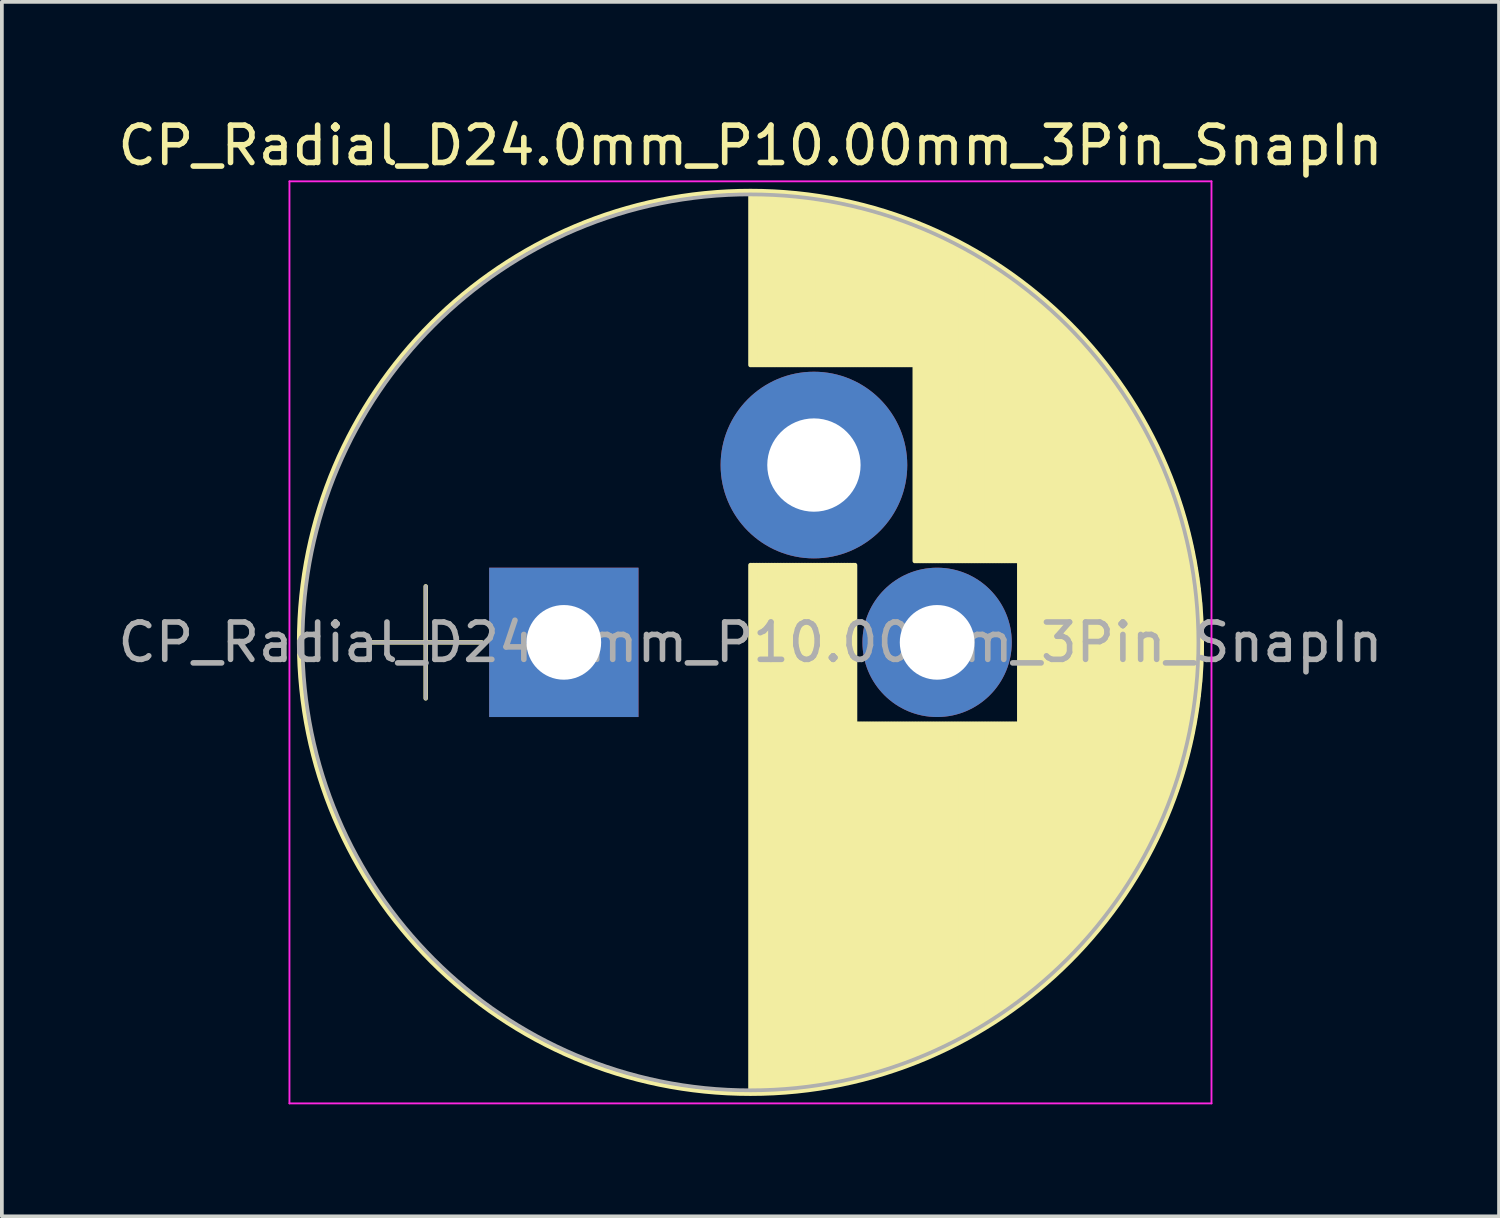
<source format=kicad_pcb>
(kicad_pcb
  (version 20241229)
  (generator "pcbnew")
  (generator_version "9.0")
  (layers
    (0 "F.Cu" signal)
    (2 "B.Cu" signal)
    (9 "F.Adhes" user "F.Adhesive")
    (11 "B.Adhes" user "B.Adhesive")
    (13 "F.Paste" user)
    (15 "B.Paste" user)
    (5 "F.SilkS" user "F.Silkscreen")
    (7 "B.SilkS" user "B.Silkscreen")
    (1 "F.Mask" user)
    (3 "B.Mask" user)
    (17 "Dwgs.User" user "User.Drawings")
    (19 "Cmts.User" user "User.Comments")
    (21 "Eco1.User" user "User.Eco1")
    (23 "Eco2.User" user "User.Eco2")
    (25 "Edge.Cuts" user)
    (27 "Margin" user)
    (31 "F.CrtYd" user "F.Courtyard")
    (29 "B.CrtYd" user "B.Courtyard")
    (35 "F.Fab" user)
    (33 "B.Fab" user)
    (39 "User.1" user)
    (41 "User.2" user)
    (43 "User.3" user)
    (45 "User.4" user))
  (footprint "CP_Radial_D24.0mm_P10.00mm_3Pin_SnapIn"
    (layer "F.Cu")
    (at 12.054 14.158)
    (property "Reference" "CP_Radial_D24.0mm_P10.00mm_3Pin_SnapIn" (at 5 -13.31 0) (layer "F.SilkS") (effects (font (size 1 1) (thickness 0.15))))
    (attr through_hole)
    (fp_line (start -5.2 0) (end -2.2 0) (stroke (width 0.12) (type solid)) (layer "F.SilkS"))
    (fp_line (start -3.7 -1.5) (end -3.7 1.5) (stroke (width 0.12) (type solid)) (layer "F.SilkS"))
    (fp_line (start 5 -12.05) (end 5 -7.43) (stroke (width 0.12) (type solid)) (layer "F.SilkS"))
    (fp_line (start 5 -2.07) (end 5 12.05) (stroke (width 0.12) (type solid)) (layer "F.SilkS"))
    (fp_line (start 5.04 -12.05) (end 5.04 -7.43) (stroke (width 0.12) (type solid)) (layer "F.SilkS"))
    (fp_line (start 5.04 -2.07) (end 5.04 12.05) (stroke (width 0.12) (type solid)) (layer "F.SilkS"))
    (fp_line (start 5.08 -12.05) (end 5.08 -7.43) (stroke (width 0.12) (type solid)) (layer "F.SilkS"))
    (fp_line (start 5.08 -2.07) (end 5.08 12.05) (stroke (width 0.12) (type solid)) (layer "F.SilkS"))
    (fp_line (start 5.12 -12.05) (end 5.12 -7.43) (stroke (width 0.12) (type solid)) (layer "F.SilkS"))
    (fp_line (start 5.12 -2.07) (end 5.12 12.05) (stroke (width 0.12) (type solid)) (layer "F.SilkS"))
    (fp_line (start 5.16 -12.049) (end 5.16 -7.43) (stroke (width 0.12) (type solid)) (layer "F.SilkS"))
    (fp_line (start 5.16 -2.07) (end 5.16 12.049) (stroke (width 0.12) (type solid)) (layer "F.SilkS"))
    (fp_line (start 5.2 -12.049) (end 5.2 -7.43) (stroke (width 0.12) (type solid)) (layer "F.SilkS"))
    (fp_line (start 5.2 -2.07) (end 5.2 12.049) (stroke (width 0.12) (type solid)) (layer "F.SilkS"))
    (fp_line (start 5.24 -12.048) (end 5.24 -7.43) (stroke (width 0.12) (type solid)) (layer "F.SilkS"))
    (fp_line (start 5.24 -2.07) (end 5.24 12.048) (stroke (width 0.12) (type solid)) (layer "F.SilkS"))
    (fp_line (start 5.28 -12.047) (end 5.28 -7.43) (stroke (width 0.12) (type solid)) (layer "F.SilkS"))
    (fp_line (start 5.28 -2.07) (end 5.28 12.047) (stroke (width 0.12) (type solid)) (layer "F.SilkS"))
    (fp_line (start 5.32 -12.046) (end 5.32 -7.43) (stroke (width 0.12) (type solid)) (layer "F.SilkS"))
    (fp_line (start 5.32 -2.07) (end 5.32 12.046) (stroke (width 0.12) (type solid)) (layer "F.SilkS"))
    (fp_line (start 5.36 -12.045) (end 5.36 -7.43) (stroke (width 0.12) (type solid)) (layer "F.SilkS"))
    (fp_line (start 5.36 -2.07) (end 5.36 12.045) (stroke (width 0.12) (type solid)) (layer "F.SilkS"))
    (fp_line (start 5.4 -12.044) (end 5.4 -7.43) (stroke (width 0.12) (type solid)) (layer "F.SilkS"))
    (fp_line (start 5.4 -2.07) (end 5.4 12.044) (stroke (width 0.12) (type solid)) (layer "F.SilkS"))
    (fp_line (start 5.44 -12.042) (end 5.44 -7.43) (stroke (width 0.12) (type solid)) (layer "F.SilkS"))
    (fp_line (start 5.44 -2.07) (end 5.44 12.042) (stroke (width 0.12) (type solid)) (layer "F.SilkS"))
    (fp_line (start 5.48 -12.041) (end 5.48 -7.43) (stroke (width 0.12) (type solid)) (layer "F.SilkS"))
    (fp_line (start 5.48 -2.07) (end 5.48 12.041) (stroke (width 0.12) (type solid)) (layer "F.SilkS"))
    (fp_line (start 5.52 -12.039) (end 5.52 -7.43) (stroke (width 0.12) (type solid)) (layer "F.SilkS"))
    (fp_line (start 5.52 -2.07) (end 5.52 12.039) (stroke (width 0.12) (type solid)) (layer "F.SilkS"))
    (fp_line (start 5.56 -12.038) (end 5.56 -7.43) (stroke (width 0.12) (type solid)) (layer "F.SilkS"))
    (fp_line (start 5.56 -2.07) (end 5.56 12.038) (stroke (width 0.12) (type solid)) (layer "F.SilkS"))
    (fp_line (start 5.6 -12.036) (end 5.6 -7.43) (stroke (width 0.12) (type solid)) (layer "F.SilkS"))
    (fp_line (start 5.6 -2.07) (end 5.6 12.036) (stroke (width 0.12) (type solid)) (layer "F.SilkS"))
    (fp_line (start 5.64 -12.034) (end 5.64 -7.43) (stroke (width 0.12) (type solid)) (layer "F.SilkS"))
    (fp_line (start 5.64 -2.07) (end 5.64 12.034) (stroke (width 0.12) (type solid)) (layer "F.SilkS"))
    (fp_line (start 5.68 -12.031) (end 5.68 -7.43) (stroke (width 0.12) (type solid)) (layer "F.SilkS"))
    (fp_line (start 5.68 -2.07) (end 5.68 12.031) (stroke (width 0.12) (type solid)) (layer "F.SilkS"))
    (fp_line (start 5.721 -12.029) (end 5.721 -7.43) (stroke (width 0.12) (type solid)) (layer "F.SilkS"))
    (fp_line (start 5.721 -2.07) (end 5.721 12.029) (stroke (width 0.12) (type solid)) (layer "F.SilkS"))
    (fp_line (start 5.761 -12.027) (end 5.761 -7.43) (stroke (width 0.12) (type solid)) (layer "F.SilkS"))
    (fp_line (start 5.761 -2.07) (end 5.761 12.027) (stroke (width 0.12) (type solid)) (layer "F.SilkS"))
    (fp_line (start 5.801 -12.024) (end 5.801 -7.43) (stroke (width 0.12) (type solid)) (layer "F.SilkS"))
    (fp_line (start 5.801 -2.07) (end 5.801 12.024) (stroke (width 0.12) (type solid)) (layer "F.SilkS"))
    (fp_line (start 5.841 -12.021) (end 5.841 -7.43) (stroke (width 0.12) (type solid)) (layer "F.SilkS"))
    (fp_line (start 5.841 -2.07) (end 5.841 12.021) (stroke (width 0.12) (type solid)) (layer "F.SilkS"))
    (fp_line (start 5.881 -12.018) (end 5.881 -7.43) (stroke (width 0.12) (type solid)) (layer "F.SilkS"))
    (fp_line (start 5.881 -2.07) (end 5.881 12.018) (stroke (width 0.12) (type solid)) (layer "F.SilkS"))
    (fp_line (start 5.921 -12.015) (end 5.921 -7.43) (stroke (width 0.12) (type solid)) (layer "F.SilkS"))
    (fp_line (start 5.921 -2.07) (end 5.921 12.015) (stroke (width 0.12) (type solid)) (layer "F.SilkS"))
    (fp_line (start 5.961 -12.012) (end 5.961 -7.43) (stroke (width 0.12) (type solid)) (layer "F.SilkS"))
    (fp_line (start 5.961 -2.07) (end 5.961 12.012) (stroke (width 0.12) (type solid)) (layer "F.SilkS"))
    (fp_line (start 6.001 -12.009) (end 6.001 -7.43) (stroke (width 0.12) (type solid)) (layer "F.SilkS"))
    (fp_line (start 6.001 -2.07) (end 6.001 12.009) (stroke (width 0.12) (type solid)) (layer "F.SilkS"))
    (fp_line (start 6.041 -12.006) (end 6.041 -7.43) (stroke (width 0.12) (type solid)) (layer "F.SilkS"))
    (fp_line (start 6.041 -2.07) (end 6.041 12.006) (stroke (width 0.12) (type solid)) (layer "F.SilkS"))
    (fp_line (start 6.081 -12.002) (end 6.081 -7.43) (stroke (width 0.12) (type solid)) (layer "F.SilkS"))
    (fp_line (start 6.081 -2.07) (end 6.081 12.002) (stroke (width 0.12) (type solid)) (layer "F.SilkS"))
    (fp_line (start 6.121 -11.999) (end 6.121 -7.43) (stroke (width 0.12) (type solid)) (layer "F.SilkS"))
    (fp_line (start 6.121 -2.07) (end 6.121 11.999) (stroke (width 0.12) (type solid)) (layer "F.SilkS"))
    (fp_line (start 6.161 -11.995) (end 6.161 -7.43) (stroke (width 0.12) (type solid)) (layer "F.SilkS"))
    (fp_line (start 6.161 -2.07) (end 6.161 11.995) (stroke (width 0.12) (type solid)) (layer "F.SilkS"))
    (fp_line (start 6.201 -11.991) (end 6.201 -7.43) (stroke (width 0.12) (type solid)) (layer "F.SilkS"))
    (fp_line (start 6.201 -2.07) (end 6.201 11.991) (stroke (width 0.12) (type solid)) (layer "F.SilkS"))
    (fp_line (start 6.241 -11.987) (end 6.241 -7.43) (stroke (width 0.12) (type solid)) (layer "F.SilkS"))
    (fp_line (start 6.241 -2.07) (end 6.241 11.987) (stroke (width 0.12) (type solid)) (layer "F.SilkS"))
    (fp_line (start 6.281 -11.983) (end 6.281 -7.43) (stroke (width 0.12) (type solid)) (layer "F.SilkS"))
    (fp_line (start 6.281 -2.07) (end 6.281 11.983) (stroke (width 0.12) (type solid)) (layer "F.SilkS"))
    (fp_line (start 6.321 -11.978) (end 6.321 -7.43) (stroke (width 0.12) (type solid)) (layer "F.SilkS"))
    (fp_line (start 6.321 -2.07) (end 6.321 11.978) (stroke (width 0.12) (type solid)) (layer "F.SilkS"))
    (fp_line (start 6.361 -11.974) (end 6.361 -7.43) (stroke (width 0.12) (type solid)) (layer "F.SilkS"))
    (fp_line (start 6.361 -2.07) (end 6.361 11.974) (stroke (width 0.12) (type solid)) (layer "F.SilkS"))
    (fp_line (start 6.401 -11.969) (end 6.401 -7.43) (stroke (width 0.12) (type solid)) (layer "F.SilkS"))
    (fp_line (start 6.401 -2.07) (end 6.401 11.969) (stroke (width 0.12) (type solid)) (layer "F.SilkS"))
    (fp_line (start 6.441 -11.964) (end 6.441 -7.43) (stroke (width 0.12) (type solid)) (layer "F.SilkS"))
    (fp_line (start 6.441 -2.07) (end 6.441 11.964) (stroke (width 0.12) (type solid)) (layer "F.SilkS"))
    (fp_line (start 6.481 -11.96) (end 6.481 -7.43) (stroke (width 0.12) (type solid)) (layer "F.SilkS"))
    (fp_line (start 6.481 -2.07) (end 6.481 11.96) (stroke (width 0.12) (type solid)) (layer "F.SilkS"))
    (fp_line (start 6.521 -11.955) (end 6.521 -7.43) (stroke (width 0.12) (type solid)) (layer "F.SilkS"))
    (fp_line (start 6.521 -2.07) (end 6.521 11.955) (stroke (width 0.12) (type solid)) (layer "F.SilkS"))
    (fp_line (start 6.561 -11.949) (end 6.561 -7.43) (stroke (width 0.12) (type solid)) (layer "F.SilkS"))
    (fp_line (start 6.561 -2.07) (end 6.561 11.949) (stroke (width 0.12) (type solid)) (layer "F.SilkS"))
    (fp_line (start 6.601 -11.944) (end 6.601 -7.43) (stroke (width 0.12) (type solid)) (layer "F.SilkS"))
    (fp_line (start 6.601 -2.07) (end 6.601 11.944) (stroke (width 0.12) (type solid)) (layer "F.SilkS"))
    (fp_line (start 6.641 -11.939) (end 6.641 -7.43) (stroke (width 0.12) (type solid)) (layer "F.SilkS"))
    (fp_line (start 6.641 -2.07) (end 6.641 11.939) (stroke (width 0.12) (type solid)) (layer "F.SilkS"))
    (fp_line (start 6.681 -11.933) (end 6.681 -7.43) (stroke (width 0.12) (type solid)) (layer "F.SilkS"))
    (fp_line (start 6.681 -2.07) (end 6.681 11.933) (stroke (width 0.12) (type solid)) (layer "F.SilkS"))
    (fp_line (start 6.721 -11.928) (end 6.721 -7.43) (stroke (width 0.12) (type solid)) (layer "F.SilkS"))
    (fp_line (start 6.721 -2.07) (end 6.721 11.928) (stroke (width 0.12) (type solid)) (layer "F.SilkS"))
    (fp_line (start 6.761 -11.922) (end 6.761 -7.43) (stroke (width 0.12) (type solid)) (layer "F.SilkS"))
    (fp_line (start 6.761 -2.07) (end 6.761 11.922) (stroke (width 0.12) (type solid)) (layer "F.SilkS"))
    (fp_line (start 6.801 -11.916) (end 6.801 -7.43) (stroke (width 0.12) (type solid)) (layer "F.SilkS"))
    (fp_line (start 6.801 -2.07) (end 6.801 11.916) (stroke (width 0.12) (type solid)) (layer "F.SilkS"))
    (fp_line (start 6.841 -11.91) (end 6.841 -7.43) (stroke (width 0.12) (type solid)) (layer "F.SilkS"))
    (fp_line (start 6.841 -2.07) (end 6.841 11.91) (stroke (width 0.12) (type solid)) (layer "F.SilkS"))
    (fp_line (start 6.881 -11.903) (end 6.881 -7.43) (stroke (width 0.12) (type solid)) (layer "F.SilkS"))
    (fp_line (start 6.881 -2.07) (end 6.881 11.903) (stroke (width 0.12) (type solid)) (layer "F.SilkS"))
    (fp_line (start 6.921 -11.897) (end 6.921 -7.43) (stroke (width 0.12) (type solid)) (layer "F.SilkS"))
    (fp_line (start 6.921 -2.07) (end 6.921 11.897) (stroke (width 0.12) (type solid)) (layer "F.SilkS"))
    (fp_line (start 6.961 -11.891) (end 6.961 -7.43) (stroke (width 0.12) (type solid)) (layer "F.SilkS"))
    (fp_line (start 6.961 -2.07) (end 6.961 11.891) (stroke (width 0.12) (type solid)) (layer "F.SilkS"))
    (fp_line (start 7.001 -11.884) (end 7.001 -7.43) (stroke (width 0.12) (type solid)) (layer "F.SilkS"))
    (fp_line (start 7.001 -2.07) (end 7.001 11.884) (stroke (width 0.12) (type solid)) (layer "F.SilkS"))
    (fp_line (start 7.041 -11.877) (end 7.041 -7.43) (stroke (width 0.12) (type solid)) (layer "F.SilkS"))
    (fp_line (start 7.041 -2.07) (end 7.041 11.877) (stroke (width 0.12) (type solid)) (layer "F.SilkS"))
    (fp_line (start 7.081 -11.87) (end 7.081 -7.43) (stroke (width 0.12) (type solid)) (layer "F.SilkS"))
    (fp_line (start 7.081 -2.07) (end 7.081 11.87) (stroke (width 0.12) (type solid)) (layer "F.SilkS"))
    (fp_line (start 7.121 -11.863) (end 7.121 -7.43) (stroke (width 0.12) (type solid)) (layer "F.SilkS"))
    (fp_line (start 7.121 -2.07) (end 7.121 11.863) (stroke (width 0.12) (type solid)) (layer "F.SilkS"))
    (fp_line (start 7.161 -11.856) (end 7.161 -7.43) (stroke (width 0.12) (type solid)) (layer "F.SilkS"))
    (fp_line (start 7.161 -2.07) (end 7.161 11.856) (stroke (width 0.12) (type solid)) (layer "F.SilkS"))
    (fp_line (start 7.201 -11.849) (end 7.201 -7.43) (stroke (width 0.12) (type solid)) (layer "F.SilkS"))
    (fp_line (start 7.201 -2.07) (end 7.201 11.849) (stroke (width 0.12) (type solid)) (layer "F.SilkS"))
    (fp_line (start 7.241 -11.841) (end 7.241 -7.43) (stroke (width 0.12) (type solid)) (layer "F.SilkS"))
    (fp_line (start 7.241 -2.07) (end 7.241 11.841) (stroke (width 0.12) (type solid)) (layer "F.SilkS"))
    (fp_line (start 7.281 -11.834) (end 7.281 -7.43) (stroke (width 0.12) (type solid)) (layer "F.SilkS"))
    (fp_line (start 7.281 -2.07) (end 7.281 11.834) (stroke (width 0.12) (type solid)) (layer "F.SilkS"))
    (fp_line (start 7.321 -11.826) (end 7.321 -7.43) (stroke (width 0.12) (type solid)) (layer "F.SilkS"))
    (fp_line (start 7.321 -2.07) (end 7.321 11.826) (stroke (width 0.12) (type solid)) (layer "F.SilkS"))
    (fp_line (start 7.361 -11.818) (end 7.361 -7.43) (stroke (width 0.12) (type solid)) (layer "F.SilkS"))
    (fp_line (start 7.361 -2.07) (end 7.361 11.818) (stroke (width 0.12) (type solid)) (layer "F.SilkS"))
    (fp_line (start 7.401 -11.81) (end 7.401 -7.43) (stroke (width 0.12) (type solid)) (layer "F.SilkS"))
    (fp_line (start 7.401 -2.07) (end 7.401 11.81) (stroke (width 0.12) (type solid)) (layer "F.SilkS"))
    (fp_line (start 7.441 -11.802) (end 7.441 -7.43) (stroke (width 0.12) (type solid)) (layer "F.SilkS"))
    (fp_line (start 7.441 -2.07) (end 7.441 11.802) (stroke (width 0.12) (type solid)) (layer "F.SilkS"))
    (fp_line (start 7.481 -11.793) (end 7.481 -7.43) (stroke (width 0.12) (type solid)) (layer "F.SilkS"))
    (fp_line (start 7.481 -2.07) (end 7.481 11.793) (stroke (width 0.12) (type solid)) (layer "F.SilkS"))
    (fp_line (start 7.521 -11.785) (end 7.521 -7.43) (stroke (width 0.12) (type solid)) (layer "F.SilkS"))
    (fp_line (start 7.521 -2.07) (end 7.521 11.785) (stroke (width 0.12) (type solid)) (layer "F.SilkS"))
    (fp_line (start 7.561 -11.776) (end 7.561 -7.43) (stroke (width 0.12) (type solid)) (layer "F.SilkS"))
    (fp_line (start 7.561 -2.07) (end 7.561 11.776) (stroke (width 0.12) (type solid)) (layer "F.SilkS"))
    (fp_line (start 7.601 -11.768) (end 7.601 -7.43) (stroke (width 0.12) (type solid)) (layer "F.SilkS"))
    (fp_line (start 7.601 -2.07) (end 7.601 11.768) (stroke (width 0.12) (type solid)) (layer "F.SilkS"))
    (fp_line (start 7.641 -11.759) (end 7.641 -7.43) (stroke (width 0.12) (type solid)) (layer "F.SilkS"))
    (fp_line (start 7.641 -2.07) (end 7.641 11.759) (stroke (width 0.12) (type solid)) (layer "F.SilkS"))
    (fp_line (start 7.681 -11.75) (end 7.681 -7.43) (stroke (width 0.12) (type solid)) (layer "F.SilkS"))
    (fp_line (start 7.681 -2.07) (end 7.681 11.75) (stroke (width 0.12) (type solid)) (layer "F.SilkS"))
    (fp_line (start 7.721 -11.741) (end 7.721 -7.43) (stroke (width 0.12) (type solid)) (layer "F.SilkS"))
    (fp_line (start 7.721 -2.07) (end 7.721 11.741) (stroke (width 0.12) (type solid)) (layer "F.SilkS"))
    (fp_line (start 7.761 -11.731) (end 7.761 -7.43) (stroke (width 0.12) (type solid)) (layer "F.SilkS"))
    (fp_line (start 7.761 -2.07) (end 7.761 11.731) (stroke (width 0.12) (type solid)) (layer "F.SilkS"))
    (fp_line (start 7.801 -11.722) (end 7.801 -7.43) (stroke (width 0.12) (type solid)) (layer "F.SilkS"))
    (fp_line (start 7.801 -2.07) (end 7.801 11.722) (stroke (width 0.12) (type solid)) (layer "F.SilkS"))
    (fp_line (start 7.841 -11.712) (end 7.841 -7.43) (stroke (width 0.12) (type solid)) (layer "F.SilkS"))
    (fp_line (start 7.841 2.18) (end 7.841 11.712) (stroke (width 0.12) (type solid)) (layer "F.SilkS"))
    (fp_line (start 7.881 -11.702) (end 7.881 -7.43) (stroke (width 0.12) (type solid)) (layer "F.SilkS"))
    (fp_line (start 7.881 2.18) (end 7.881 11.702) (stroke (width 0.12) (type solid)) (layer "F.SilkS"))
    (fp_line (start 7.921 -11.693) (end 7.921 -7.43) (stroke (width 0.12) (type solid)) (layer "F.SilkS"))
    (fp_line (start 7.921 2.18) (end 7.921 11.693) (stroke (width 0.12) (type solid)) (layer "F.SilkS"))
    (fp_line (start 7.961 -11.683) (end 7.961 -7.43) (stroke (width 0.12) (type solid)) (layer "F.SilkS"))
    (fp_line (start 7.961 2.18) (end 7.961 11.683) (stroke (width 0.12) (type solid)) (layer "F.SilkS"))
    (fp_line (start 8.001 -11.672) (end 8.001 -7.43) (stroke (width 0.12) (type solid)) (layer "F.SilkS"))
    (fp_line (start 8.001 2.18) (end 8.001 11.672) (stroke (width 0.12) (type solid)) (layer "F.SilkS"))
    (fp_line (start 8.041 -11.662) (end 8.041 -7.43) (stroke (width 0.12) (type solid)) (layer "F.SilkS"))
    (fp_line (start 8.041 2.18) (end 8.041 11.662) (stroke (width 0.12) (type solid)) (layer "F.SilkS"))
    (fp_line (start 8.081 -11.652) (end 8.081 -7.43) (stroke (width 0.12) (type solid)) (layer "F.SilkS"))
    (fp_line (start 8.081 2.18) (end 8.081 11.652) (stroke (width 0.12) (type solid)) (layer "F.SilkS"))
    (fp_line (start 8.121 -11.641) (end 8.121 -7.43) (stroke (width 0.12) (type solid)) (layer "F.SilkS"))
    (fp_line (start 8.121 2.18) (end 8.121 11.641) (stroke (width 0.12) (type solid)) (layer "F.SilkS"))
    (fp_line (start 8.161 -11.63) (end 8.161 -7.43) (stroke (width 0.12) (type solid)) (layer "F.SilkS"))
    (fp_line (start 8.161 2.18) (end 8.161 11.63) (stroke (width 0.12) (type solid)) (layer "F.SilkS"))
    (fp_line (start 8.201 -11.619) (end 8.201 -7.43) (stroke (width 0.12) (type solid)) (layer "F.SilkS"))
    (fp_line (start 8.201 2.18) (end 8.201 11.619) (stroke (width 0.12) (type solid)) (layer "F.SilkS"))
    (fp_line (start 8.241 -11.608) (end 8.241 -7.43) (stroke (width 0.12) (type solid)) (layer "F.SilkS"))
    (fp_line (start 8.241 2.18) (end 8.241 11.608) (stroke (width 0.12) (type solid)) (layer "F.SilkS"))
    (fp_line (start 8.281 -11.597) (end 8.281 -7.43) (stroke (width 0.12) (type solid)) (layer "F.SilkS"))
    (fp_line (start 8.281 2.18) (end 8.281 11.597) (stroke (width 0.12) (type solid)) (layer "F.SilkS"))
    (fp_line (start 8.321 -11.586) (end 8.321 -7.43) (stroke (width 0.12) (type solid)) (layer "F.SilkS"))
    (fp_line (start 8.321 2.18) (end 8.321 11.586) (stroke (width 0.12) (type solid)) (layer "F.SilkS"))
    (fp_line (start 8.361 -11.574) (end 8.361 -7.43) (stroke (width 0.12) (type solid)) (layer "F.SilkS"))
    (fp_line (start 8.361 2.18) (end 8.361 11.574) (stroke (width 0.12) (type solid)) (layer "F.SilkS"))
    (fp_line (start 8.401 -11.563) (end 8.401 -7.43) (stroke (width 0.12) (type solid)) (layer "F.SilkS"))
    (fp_line (start 8.401 2.18) (end 8.401 11.563) (stroke (width 0.12) (type solid)) (layer "F.SilkS"))
    (fp_line (start 8.441 -11.551) (end 8.441 -7.43) (stroke (width 0.12) (type solid)) (layer "F.SilkS"))
    (fp_line (start 8.441 2.18) (end 8.441 11.551) (stroke (width 0.12) (type solid)) (layer "F.SilkS"))
    (fp_line (start 8.481 -11.539) (end 8.481 -7.43) (stroke (width 0.12) (type solid)) (layer "F.SilkS"))
    (fp_line (start 8.481 2.18) (end 8.481 11.539) (stroke (width 0.12) (type solid)) (layer "F.SilkS"))
    (fp_line (start 8.521 -11.527) (end 8.521 -7.43) (stroke (width 0.12) (type solid)) (layer "F.SilkS"))
    (fp_line (start 8.521 2.18) (end 8.521 11.527) (stroke (width 0.12) (type solid)) (layer "F.SilkS"))
    (fp_line (start 8.561 -11.514) (end 8.561 -7.43) (stroke (width 0.12) (type solid)) (layer "F.SilkS"))
    (fp_line (start 8.561 2.18) (end 8.561 11.514) (stroke (width 0.12) (type solid)) (layer "F.SilkS"))
    (fp_line (start 8.601 -11.502) (end 8.601 -7.43) (stroke (width 0.12) (type solid)) (layer "F.SilkS"))
    (fp_line (start 8.601 2.18) (end 8.601 11.502) (stroke (width 0.12) (type solid)) (layer "F.SilkS"))
    (fp_line (start 8.641 -11.49) (end 8.641 -7.43) (stroke (width 0.12) (type solid)) (layer "F.SilkS"))
    (fp_line (start 8.641 2.18) (end 8.641 11.49) (stroke (width 0.12) (type solid)) (layer "F.SilkS"))
    (fp_line (start 8.681 -11.477) (end 8.681 -7.43) (stroke (width 0.12) (type solid)) (layer "F.SilkS"))
    (fp_line (start 8.681 2.18) (end 8.681 11.477) (stroke (width 0.12) (type solid)) (layer "F.SilkS"))
    (fp_line (start 8.721 -11.464) (end 8.721 -7.43) (stroke (width 0.12) (type solid)) (layer "F.SilkS"))
    (fp_line (start 8.721 2.18) (end 8.721 11.464) (stroke (width 0.12) (type solid)) (layer "F.SilkS"))
    (fp_line (start 8.761 -11.451) (end 8.761 -7.43) (stroke (width 0.12) (type solid)) (layer "F.SilkS"))
    (fp_line (start 8.761 2.18) (end 8.761 11.451) (stroke (width 0.12) (type solid)) (layer "F.SilkS"))
    (fp_line (start 8.801 -11.438) (end 8.801 -7.43) (stroke (width 0.12) (type solid)) (layer "F.SilkS"))
    (fp_line (start 8.801 2.18) (end 8.801 11.438) (stroke (width 0.12) (type solid)) (layer "F.SilkS"))
    (fp_line (start 8.841 -11.424) (end 8.841 -7.43) (stroke (width 0.12) (type solid)) (layer "F.SilkS"))
    (fp_line (start 8.841 2.18) (end 8.841 11.424) (stroke (width 0.12) (type solid)) (layer "F.SilkS"))
    (fp_line (start 8.881 -11.411) (end 8.881 -7.43) (stroke (width 0.12) (type solid)) (layer "F.SilkS"))
    (fp_line (start 8.881 2.18) (end 8.881 11.411) (stroke (width 0.12) (type solid)) (layer "F.SilkS"))
    (fp_line (start 8.921 -11.397) (end 8.921 -7.43) (stroke (width 0.12) (type solid)) (layer "F.SilkS"))
    (fp_line (start 8.921 2.18) (end 8.921 11.397) (stroke (width 0.12) (type solid)) (layer "F.SilkS"))
    (fp_line (start 8.961 -11.384) (end 8.961 -7.43) (stroke (width 0.12) (type solid)) (layer "F.SilkS"))
    (fp_line (start 8.961 2.18) (end 8.961 11.384) (stroke (width 0.12) (type solid)) (layer "F.SilkS"))
    (fp_line (start 9.001 -11.37) (end 9.001 -7.43) (stroke (width 0.12) (type solid)) (layer "F.SilkS"))
    (fp_line (start 9.001 2.18) (end 9.001 11.37) (stroke (width 0.12) (type solid)) (layer "F.SilkS"))
    (fp_line (start 9.041 -11.356) (end 9.041 -7.43) (stroke (width 0.12) (type solid)) (layer "F.SilkS"))
    (fp_line (start 9.041 2.18) (end 9.041 11.356) (stroke (width 0.12) (type solid)) (layer "F.SilkS"))
    (fp_line (start 9.081 -11.341) (end 9.081 -7.43) (stroke (width 0.12) (type solid)) (layer "F.SilkS"))
    (fp_line (start 9.081 2.18) (end 9.081 11.341) (stroke (width 0.12) (type solid)) (layer "F.SilkS"))
    (fp_line (start 9.121 -11.327) (end 9.121 -7.43) (stroke (width 0.12) (type solid)) (layer "F.SilkS"))
    (fp_line (start 9.121 2.18) (end 9.121 11.327) (stroke (width 0.12) (type solid)) (layer "F.SilkS"))
    (fp_line (start 9.161 -11.312) (end 9.161 -7.43) (stroke (width 0.12) (type solid)) (layer "F.SilkS"))
    (fp_line (start 9.161 2.18) (end 9.161 11.312) (stroke (width 0.12) (type solid)) (layer "F.SilkS"))
    (fp_line (start 9.201 -11.298) (end 9.201 -7.43) (stroke (width 0.12) (type solid)) (layer "F.SilkS"))
    (fp_line (start 9.201 2.18) (end 9.201 11.298) (stroke (width 0.12) (type solid)) (layer "F.SilkS"))
    (fp_line (start 9.241 -11.283) (end 9.241 -7.43) (stroke (width 0.12) (type solid)) (layer "F.SilkS"))
    (fp_line (start 9.241 2.18) (end 9.241 11.283) (stroke (width 0.12) (type solid)) (layer "F.SilkS"))
    (fp_line (start 9.281 -11.268) (end 9.281 -7.43) (stroke (width 0.12) (type solid)) (layer "F.SilkS"))
    (fp_line (start 9.281 2.18) (end 9.281 11.268) (stroke (width 0.12) (type solid)) (layer "F.SilkS"))
    (fp_line (start 9.321 -11.252) (end 9.321 -7.43) (stroke (width 0.12) (type solid)) (layer "F.SilkS"))
    (fp_line (start 9.321 2.18) (end 9.321 11.252) (stroke (width 0.12) (type solid)) (layer "F.SilkS"))
    (fp_line (start 9.361 -11.237) (end 9.361 -7.43) (stroke (width 0.12) (type solid)) (layer "F.SilkS"))
    (fp_line (start 9.361 2.18) (end 9.361 11.237) (stroke (width 0.12) (type solid)) (layer "F.SilkS"))
    (fp_line (start 9.401 -11.221) (end 9.401 -2.18) (stroke (width 0.12) (type solid)) (layer "F.SilkS"))
    (fp_line (start 9.401 2.18) (end 9.401 11.221) (stroke (width 0.12) (type solid)) (layer "F.SilkS"))
    (fp_line (start 9.441 -11.206) (end 9.441 -2.18) (stroke (width 0.12) (type solid)) (layer "F.SilkS"))
    (fp_line (start 9.441 2.18) (end 9.441 11.206) (stroke (width 0.12) (type solid)) (layer "F.SilkS"))
    (fp_line (start 9.481 -11.19) (end 9.481 -2.18) (stroke (width 0.12) (type solid)) (layer "F.SilkS"))
    (fp_line (start 9.481 2.18) (end 9.481 11.19) (stroke (width 0.12) (type solid)) (layer "F.SilkS"))
    (fp_line (start 9.521 -11.174) (end 9.521 -2.18) (stroke (width 0.12) (type solid)) (layer "F.SilkS"))
    (fp_line (start 9.521 2.18) (end 9.521 11.174) (stroke (width 0.12) (type solid)) (layer "F.SilkS"))
    (fp_line (start 9.561 -11.158) (end 9.561 -2.18) (stroke (width 0.12) (type solid)) (layer "F.SilkS"))
    (fp_line (start 9.561 2.18) (end 9.561 11.158) (stroke (width 0.12) (type solid)) (layer "F.SilkS"))
    (fp_line (start 9.601 -11.141) (end 9.601 -2.18) (stroke (width 0.12) (type solid)) (layer "F.SilkS"))
    (fp_line (start 9.601 2.18) (end 9.601 11.141) (stroke (width 0.12) (type solid)) (layer "F.SilkS"))
    (fp_line (start 9.641 -11.125) (end 9.641 -2.18) (stroke (width 0.12) (type solid)) (layer "F.SilkS"))
    (fp_line (start 9.641 2.18) (end 9.641 11.125) (stroke (width 0.12) (type solid)) (layer "F.SilkS"))
    (fp_line (start 9.681 -11.108) (end 9.681 -2.18) (stroke (width 0.12) (type solid)) (layer "F.SilkS"))
    (fp_line (start 9.681 2.18) (end 9.681 11.108) (stroke (width 0.12) (type solid)) (layer "F.SilkS"))
    (fp_line (start 9.721 -11.091) (end 9.721 -2.18) (stroke (width 0.12) (type solid)) (layer "F.SilkS"))
    (fp_line (start 9.721 2.18) (end 9.721 11.091) (stroke (width 0.12) (type solid)) (layer "F.SilkS"))
    (fp_line (start 9.761 -11.074) (end 9.761 -2.18) (stroke (width 0.12) (type solid)) (layer "F.SilkS"))
    (fp_line (start 9.761 2.18) (end 9.761 11.074) (stroke (width 0.12) (type solid)) (layer "F.SilkS"))
    (fp_line (start 9.801 -11.057) (end 9.801 -2.18) (stroke (width 0.12) (type solid)) (layer "F.SilkS"))
    (fp_line (start 9.801 2.18) (end 9.801 11.057) (stroke (width 0.12) (type solid)) (layer "F.SilkS"))
    (fp_line (start 9.841 -11.039) (end 9.841 -2.18) (stroke (width 0.12) (type solid)) (layer "F.SilkS"))
    (fp_line (start 9.841 2.18) (end 9.841 11.039) (stroke (width 0.12) (type solid)) (layer "F.SilkS"))
    (fp_line (start 9.881 -11.022) (end 9.881 -2.18) (stroke (width 0.12) (type solid)) (layer "F.SilkS"))
    (fp_line (start 9.881 2.18) (end 9.881 11.022) (stroke (width 0.12) (type solid)) (layer "F.SilkS"))
    (fp_line (start 9.921 -11.004) (end 9.921 -2.18) (stroke (width 0.12) (type solid)) (layer "F.SilkS"))
    (fp_line (start 9.921 2.18) (end 9.921 11.004) (stroke (width 0.12) (type solid)) (layer "F.SilkS"))
    (fp_line (start 9.961 -10.986) (end 9.961 -2.18) (stroke (width 0.12) (type solid)) (layer "F.SilkS"))
    (fp_line (start 9.961 2.18) (end 9.961 10.986) (stroke (width 0.12) (type solid)) (layer "F.SilkS"))
    (fp_line (start 10.001 -10.968) (end 10.001 -2.18) (stroke (width 0.12) (type solid)) (layer "F.SilkS"))
    (fp_line (start 10.001 2.18) (end 10.001 10.968) (stroke (width 0.12) (type solid)) (layer "F.SilkS"))
    (fp_line (start 10.041 -10.95) (end 10.041 -2.18) (stroke (width 0.12) (type solid)) (layer "F.SilkS"))
    (fp_line (start 10.041 2.18) (end 10.041 10.95) (stroke (width 0.12) (type solid)) (layer "F.SilkS"))
    (fp_line (start 10.081 -10.931) (end 10.081 -2.18) (stroke (width 0.12) (type solid)) (layer "F.SilkS"))
    (fp_line (start 10.081 2.18) (end 10.081 10.931) (stroke (width 0.12) (type solid)) (layer "F.SilkS"))
    (fp_line (start 10.121 -10.913) (end 10.121 -2.18) (stroke (width 0.12) (type solid)) (layer "F.SilkS"))
    (fp_line (start 10.121 2.18) (end 10.121 10.913) (stroke (width 0.12) (type solid)) (layer "F.SilkS"))
    (fp_line (start 10.161 -10.894) (end 10.161 -2.18) (stroke (width 0.12) (type solid)) (layer "F.SilkS"))
    (fp_line (start 10.161 2.18) (end 10.161 10.894) (stroke (width 0.12) (type solid)) (layer "F.SilkS"))
    (fp_line (start 10.201 -10.875) (end 10.201 -2.18) (stroke (width 0.12) (type solid)) (layer "F.SilkS"))
    (fp_line (start 10.201 2.18) (end 10.201 10.875) (stroke (width 0.12) (type solid)) (layer "F.SilkS"))
    (fp_line (start 10.241 -10.856) (end 10.241 -2.18) (stroke (width 0.12) (type solid)) (layer "F.SilkS"))
    (fp_line (start 10.241 2.18) (end 10.241 10.856) (stroke (width 0.12) (type solid)) (layer "F.SilkS"))
    (fp_line (start 10.281 -10.837) (end 10.281 -2.18) (stroke (width 0.12) (type solid)) (layer "F.SilkS"))
    (fp_line (start 10.281 2.18) (end 10.281 10.837) (stroke (width 0.12) (type solid)) (layer "F.SilkS"))
    (fp_line (start 10.321 -10.817) (end 10.321 -2.18) (stroke (width 0.12) (type solid)) (layer "F.SilkS"))
    (fp_line (start 10.321 2.18) (end 10.321 10.817) (stroke (width 0.12) (type solid)) (layer "F.SilkS"))
    (fp_line (start 10.361 -10.797) (end 10.361 -2.18) (stroke (width 0.12) (type solid)) (layer "F.SilkS"))
    (fp_line (start 10.361 2.18) (end 10.361 10.797) (stroke (width 0.12) (type solid)) (layer "F.SilkS"))
    (fp_line (start 10.401 -10.778) (end 10.401 -2.18) (stroke (width 0.12) (type solid)) (layer "F.SilkS"))
    (fp_line (start 10.401 2.18) (end 10.401 10.778) (stroke (width 0.12) (type solid)) (layer "F.SilkS"))
    (fp_line (start 10.441 -10.757) (end 10.441 -2.18) (stroke (width 0.12) (type solid)) (layer "F.SilkS"))
    (fp_line (start 10.441 2.18) (end 10.441 10.757) (stroke (width 0.12) (type solid)) (layer "F.SilkS"))
    (fp_line (start 10.481 -10.737) (end 10.481 -2.18) (stroke (width 0.12) (type solid)) (layer "F.SilkS"))
    (fp_line (start 10.481 2.18) (end 10.481 10.737) (stroke (width 0.12) (type solid)) (layer "F.SilkS"))
    (fp_line (start 10.521 -10.717) (end 10.521 -2.18) (stroke (width 0.12) (type solid)) (layer "F.SilkS"))
    (fp_line (start 10.521 2.18) (end 10.521 10.717) (stroke (width 0.12) (type solid)) (layer "F.SilkS"))
    (fp_line (start 10.561 -10.696) (end 10.561 -2.18) (stroke (width 0.12) (type solid)) (layer "F.SilkS"))
    (fp_line (start 10.561 2.18) (end 10.561 10.696) (stroke (width 0.12) (type solid)) (layer "F.SilkS"))
    (fp_line (start 10.601 -10.675) (end 10.601 -2.18) (stroke (width 0.12) (type solid)) (layer "F.SilkS"))
    (fp_line (start 10.601 2.18) (end 10.601 10.675) (stroke (width 0.12) (type solid)) (layer "F.SilkS"))
    (fp_line (start 10.641 -10.654) (end 10.641 -2.18) (stroke (width 0.12) (type solid)) (layer "F.SilkS"))
    (fp_line (start 10.641 2.18) (end 10.641 10.654) (stroke (width 0.12) (type solid)) (layer "F.SilkS"))
    (fp_line (start 10.681 -10.633) (end 10.681 -2.18) (stroke (width 0.12) (type solid)) (layer "F.SilkS"))
    (fp_line (start 10.681 2.18) (end 10.681 10.633) (stroke (width 0.12) (type solid)) (layer "F.SilkS"))
    (fp_line (start 10.721 -10.612) (end 10.721 -2.18) (stroke (width 0.12) (type solid)) (layer "F.SilkS"))
    (fp_line (start 10.721 2.18) (end 10.721 10.612) (stroke (width 0.12) (type solid)) (layer "F.SilkS"))
    (fp_line (start 10.761 -10.59) (end 10.761 -2.18) (stroke (width 0.12) (type solid)) (layer "F.SilkS"))
    (fp_line (start 10.761 2.18) (end 10.761 10.59) (stroke (width 0.12) (type solid)) (layer "F.SilkS"))
    (fp_line (start 10.801 -10.568) (end 10.801 -2.18) (stroke (width 0.12) (type solid)) (layer "F.SilkS"))
    (fp_line (start 10.801 2.18) (end 10.801 10.568) (stroke (width 0.12) (type solid)) (layer "F.SilkS"))
    (fp_line (start 10.841 -10.546) (end 10.841 -2.18) (stroke (width 0.12) (type solid)) (layer "F.SilkS"))
    (fp_line (start 10.841 2.18) (end 10.841 10.546) (stroke (width 0.12) (type solid)) (layer "F.SilkS"))
    (fp_line (start 10.881 -10.524) (end 10.881 -2.18) (stroke (width 0.12) (type solid)) (layer "F.SilkS"))
    (fp_line (start 10.881 2.18) (end 10.881 10.524) (stroke (width 0.12) (type solid)) (layer "F.SilkS"))
    (fp_line (start 10.921 -10.502) (end 10.921 -2.18) (stroke (width 0.12) (type solid)) (layer "F.SilkS"))
    (fp_line (start 10.921 2.18) (end 10.921 10.502) (stroke (width 0.12) (type solid)) (layer "F.SilkS"))
    (fp_line (start 10.961 -10.479) (end 10.961 -2.18) (stroke (width 0.12) (type solid)) (layer "F.SilkS"))
    (fp_line (start 10.961 2.18) (end 10.961 10.479) (stroke (width 0.12) (type solid)) (layer "F.SilkS"))
    (fp_line (start 11.001 -10.457) (end 11.001 -2.18) (stroke (width 0.12) (type solid)) (layer "F.SilkS"))
    (fp_line (start 11.001 2.18) (end 11.001 10.457) (stroke (width 0.12) (type solid)) (layer "F.SilkS"))
    (fp_line (start 11.041 -10.434) (end 11.041 -2.18) (stroke (width 0.12) (type solid)) (layer "F.SilkS"))
    (fp_line (start 11.041 2.18) (end 11.041 10.434) (stroke (width 0.12) (type solid)) (layer "F.SilkS"))
    (fp_line (start 11.081 -10.41) (end 11.081 -2.18) (stroke (width 0.12) (type solid)) (layer "F.SilkS"))
    (fp_line (start 11.081 2.18) (end 11.081 10.41) (stroke (width 0.12) (type solid)) (layer "F.SilkS"))
    (fp_line (start 11.121 -10.387) (end 11.121 -2.18) (stroke (width 0.12) (type solid)) (layer "F.SilkS"))
    (fp_line (start 11.121 2.18) (end 11.121 10.387) (stroke (width 0.12) (type solid)) (layer "F.SilkS"))
    (fp_line (start 11.161 -10.364) (end 11.161 -2.18) (stroke (width 0.12) (type solid)) (layer "F.SilkS"))
    (fp_line (start 11.161 2.18) (end 11.161 10.364) (stroke (width 0.12) (type solid)) (layer "F.SilkS"))
    (fp_line (start 11.201 -10.34) (end 11.201 -2.18) (stroke (width 0.12) (type solid)) (layer "F.SilkS"))
    (fp_line (start 11.201 2.18) (end 11.201 10.34) (stroke (width 0.12) (type solid)) (layer "F.SilkS"))
    (fp_line (start 11.241 -10.316) (end 11.241 -2.18) (stroke (width 0.12) (type solid)) (layer "F.SilkS"))
    (fp_line (start 11.241 2.18) (end 11.241 10.316) (stroke (width 0.12) (type solid)) (layer "F.SilkS"))
    (fp_line (start 11.281 -10.292) (end 11.281 -2.18) (stroke (width 0.12) (type solid)) (layer "F.SilkS"))
    (fp_line (start 11.281 2.18) (end 11.281 10.292) (stroke (width 0.12) (type solid)) (layer "F.SilkS"))
    (fp_line (start 11.321 -10.267) (end 11.321 -2.18) (stroke (width 0.12) (type solid)) (layer "F.SilkS"))
    (fp_line (start 11.321 2.18) (end 11.321 10.267) (stroke (width 0.12) (type solid)) (layer "F.SilkS"))
    (fp_line (start 11.361 -10.242) (end 11.361 -2.18) (stroke (width 0.12) (type solid)) (layer "F.SilkS"))
    (fp_line (start 11.361 2.18) (end 11.361 10.242) (stroke (width 0.12) (type solid)) (layer "F.SilkS"))
    (fp_line (start 11.401 -10.218) (end 11.401 -2.18) (stroke (width 0.12) (type solid)) (layer "F.SilkS"))
    (fp_line (start 11.401 2.18) (end 11.401 10.218) (stroke (width 0.12) (type solid)) (layer "F.SilkS"))
    (fp_line (start 11.441 -10.193) (end 11.441 -2.18) (stroke (width 0.12) (type solid)) (layer "F.SilkS"))
    (fp_line (start 11.441 2.18) (end 11.441 10.193) (stroke (width 0.12) (type solid)) (layer "F.SilkS"))
    (fp_line (start 11.481 -10.167) (end 11.481 -2.18) (stroke (width 0.12) (type solid)) (layer "F.SilkS"))
    (fp_line (start 11.481 2.18) (end 11.481 10.167) (stroke (width 0.12) (type solid)) (layer "F.SilkS"))
    (fp_line (start 11.521 -10.142) (end 11.521 -2.18) (stroke (width 0.12) (type solid)) (layer "F.SilkS"))
    (fp_line (start 11.521 2.18) (end 11.521 10.142) (stroke (width 0.12) (type solid)) (layer "F.SilkS"))
    (fp_line (start 11.561 -10.116) (end 11.561 -2.18) (stroke (width 0.12) (type solid)) (layer "F.SilkS"))
    (fp_line (start 11.561 2.18) (end 11.561 10.116) (stroke (width 0.12) (type solid)) (layer "F.SilkS"))
    (fp_line (start 11.601 -10.09) (end 11.601 -2.18) (stroke (width 0.12) (type solid)) (layer "F.SilkS"))
    (fp_line (start 11.601 2.18) (end 11.601 10.09) (stroke (width 0.12) (type solid)) (layer "F.SilkS"))
    (fp_line (start 11.641 -10.064) (end 11.641 -2.18) (stroke (width 0.12) (type solid)) (layer "F.SilkS"))
    (fp_line (start 11.641 2.18) (end 11.641 10.064) (stroke (width 0.12) (type solid)) (layer "F.SilkS"))
    (fp_line (start 11.681 -10.037) (end 11.681 -2.18) (stroke (width 0.12) (type solid)) (layer "F.SilkS"))
    (fp_line (start 11.681 2.18) (end 11.681 10.037) (stroke (width 0.12) (type solid)) (layer "F.SilkS"))
    (fp_line (start 11.721 -10.011) (end 11.721 -2.18) (stroke (width 0.12) (type solid)) (layer "F.SilkS"))
    (fp_line (start 11.721 2.18) (end 11.721 10.011) (stroke (width 0.12) (type solid)) (layer "F.SilkS"))
    (fp_line (start 11.761 -9.984) (end 11.761 -2.18) (stroke (width 0.12) (type solid)) (layer "F.SilkS"))
    (fp_line (start 11.761 2.18) (end 11.761 9.984) (stroke (width 0.12) (type solid)) (layer "F.SilkS"))
    (fp_line (start 11.801 -9.957) (end 11.801 -2.18) (stroke (width 0.12) (type solid)) (layer "F.SilkS"))
    (fp_line (start 11.801 2.18) (end 11.801 9.957) (stroke (width 0.12) (type solid)) (layer "F.SilkS"))
    (fp_line (start 11.841 -9.93) (end 11.841 -2.18) (stroke (width 0.12) (type solid)) (layer "F.SilkS"))
    (fp_line (start 11.841 2.18) (end 11.841 9.93) (stroke (width 0.12) (type solid)) (layer "F.SilkS"))
    (fp_line (start 11.881 -9.902) (end 11.881 -2.18) (stroke (width 0.12) (type solid)) (layer "F.SilkS"))
    (fp_line (start 11.881 2.18) (end 11.881 9.902) (stroke (width 0.12) (type solid)) (layer "F.SilkS"))
    (fp_line (start 11.921 -9.874) (end 11.921 -2.18) (stroke (width 0.12) (type solid)) (layer "F.SilkS"))
    (fp_line (start 11.921 2.18) (end 11.921 9.874) (stroke (width 0.12) (type solid)) (layer "F.SilkS"))
    (fp_line (start 11.961 -9.846) (end 11.961 -2.18) (stroke (width 0.12) (type solid)) (layer "F.SilkS"))
    (fp_line (start 11.961 2.18) (end 11.961 9.846) (stroke (width 0.12) (type solid)) (layer "F.SilkS"))
    (fp_line (start 12.001 -9.818) (end 12.001 -2.18) (stroke (width 0.12) (type solid)) (layer "F.SilkS"))
    (fp_line (start 12.001 2.18) (end 12.001 9.818) (stroke (width 0.12) (type solid)) (layer "F.SilkS"))
    (fp_line (start 12.041 -9.789) (end 12.041 -2.18) (stroke (width 0.12) (type solid)) (layer "F.SilkS"))
    (fp_line (start 12.041 2.18) (end 12.041 9.789) (stroke (width 0.12) (type solid)) (layer "F.SilkS"))
    (fp_line (start 12.081 -9.761) (end 12.081 -2.18) (stroke (width 0.12) (type solid)) (layer "F.SilkS"))
    (fp_line (start 12.081 2.18) (end 12.081 9.761) (stroke (width 0.12) (type solid)) (layer "F.SilkS"))
    (fp_line (start 12.121 -9.732) (end 12.121 -2.18) (stroke (width 0.12) (type solid)) (layer "F.SilkS"))
    (fp_line (start 12.121 2.18) (end 12.121 9.732) (stroke (width 0.12) (type solid)) (layer "F.SilkS"))
    (fp_line (start 12.161 -9.702) (end 12.161 -2.18) (stroke (width 0.12) (type solid)) (layer "F.SilkS"))
    (fp_line (start 12.161 2.18) (end 12.161 9.702) (stroke (width 0.12) (type solid)) (layer "F.SilkS"))
    (fp_line (start 12.201 -9.673) (end 12.201 9.673) (stroke (width 0.12) (type solid)) (layer "F.SilkS"))
    (fp_line (start 12.241 -9.643) (end 12.241 9.643) (stroke (width 0.12) (type solid)) (layer "F.SilkS"))
    (fp_line (start 12.281 -9.613) (end 12.281 9.613) (stroke (width 0.12) (type solid)) (layer "F.SilkS"))
    (fp_line (start 12.321 -9.583) (end 12.321 9.583) (stroke (width 0.12) (type solid)) (layer "F.SilkS"))
    (fp_line (start 12.361 -9.552) (end 12.361 9.552) (stroke (width 0.12) (type solid)) (layer "F.SilkS"))
    (fp_line (start 12.401 -9.521) (end 12.401 9.521) (stroke (width 0.12) (type solid)) (layer "F.SilkS"))
    (fp_line (start 12.441 -9.49) (end 12.441 9.49) (stroke (width 0.12) (type solid)) (layer "F.SilkS"))
    (fp_line (start 12.481 -9.459) (end 12.481 9.459) (stroke (width 0.12) (type solid)) (layer "F.SilkS"))
    (fp_line (start 12.521 -9.427) (end 12.521 9.427) (stroke (width 0.12) (type solid)) (layer "F.SilkS"))
    (fp_line (start 12.561 -9.395) (end 12.561 9.395) (stroke (width 0.12) (type solid)) (layer "F.SilkS"))
    (fp_line (start 12.601 -9.363) (end 12.601 9.363) (stroke (width 0.12) (type solid)) (layer "F.SilkS"))
    (fp_line (start 12.641 -9.331) (end 12.641 9.331) (stroke (width 0.12) (type solid)) (layer "F.SilkS"))
    (fp_line (start 12.681 -9.298) (end 12.681 9.298) (stroke (width 0.12) (type solid)) (layer "F.SilkS"))
    (fp_line (start 12.721 -9.265) (end 12.721 9.265) (stroke (width 0.12) (type solid)) (layer "F.SilkS"))
    (fp_line (start 12.761 -9.231) (end 12.761 9.231) (stroke (width 0.12) (type solid)) (layer "F.SilkS"))
    (fp_line (start 12.801 -9.198) (end 12.801 9.198) (stroke (width 0.12) (type solid)) (layer "F.SilkS"))
    (fp_line (start 12.841 -9.164) (end 12.841 9.164) (stroke (width 0.12) (type solid)) (layer "F.SilkS"))
    (fp_line (start 12.881 -9.13) (end 12.881 9.13) (stroke (width 0.12) (type solid)) (layer "F.SilkS"))
    (fp_line (start 12.921 -9.095) (end 12.921 9.095) (stroke (width 0.12) (type solid)) (layer "F.SilkS"))
    (fp_line (start 12.961 -9.06) (end 12.961 9.06) (stroke (width 0.12) (type solid)) (layer "F.SilkS"))
    (fp_line (start 13.001 -9.025) (end 13.001 9.025) (stroke (width 0.12) (type solid)) (layer "F.SilkS"))
    (fp_line (start 13.041 -8.99) (end 13.041 8.99) (stroke (width 0.12) (type solid)) (layer "F.SilkS"))
    (fp_line (start 13.081 -8.954) (end 13.081 8.954) (stroke (width 0.12) (type solid)) (layer "F.SilkS"))
    (fp_line (start 13.121 -8.918) (end 13.121 8.918) (stroke (width 0.12) (type solid)) (layer "F.SilkS"))
    (fp_line (start 13.161 -8.881) (end 13.161 8.881) (stroke (width 0.12) (type solid)) (layer "F.SilkS"))
    (fp_line (start 13.2 -8.845) (end 13.2 8.845) (stroke (width 0.12) (type solid)) (layer "F.SilkS"))
    (fp_line (start 13.24 -8.808) (end 13.24 8.808) (stroke (width 0.12) (type solid)) (layer "F.SilkS"))
    (fp_line (start 13.28 -8.77) (end 13.28 8.77) (stroke (width 0.12) (type solid)) (layer "F.SilkS"))
    (fp_line (start 13.32 -8.732) (end 13.32 8.732) (stroke (width 0.12) (type solid)) (layer "F.SilkS"))
    (fp_line (start 13.36 -8.694) (end 13.36 8.694) (stroke (width 0.12) (type solid)) (layer "F.SilkS"))
    (fp_line (start 13.4 -8.656) (end 13.4 8.656) (stroke (width 0.12) (type solid)) (layer "F.SilkS"))
    (fp_line (start 13.44 -8.617) (end 13.44 8.617) (stroke (width 0.12) (type solid)) (layer "F.SilkS"))
    (fp_line (start 13.48 -8.578) (end 13.48 8.578) (stroke (width 0.12) (type solid)) (layer "F.SilkS"))
    (fp_line (start 13.52 -8.538) (end 13.52 8.538) (stroke (width 0.12) (type solid)) (layer "F.SilkS"))
    (fp_line (start 13.56 -8.498) (end 13.56 8.498) (stroke (width 0.12) (type solid)) (layer "F.SilkS"))
    (fp_line (start 13.6 -8.458) (end 13.6 8.458) (stroke (width 0.12) (type solid)) (layer "F.SilkS"))
    (fp_line (start 13.64 -8.417) (end 13.64 8.417) (stroke (width 0.12) (type solid)) (layer "F.SilkS"))
    (fp_line (start 13.68 -8.376) (end 13.68 8.376) (stroke (width 0.12) (type solid)) (layer "F.SilkS"))
    (fp_line (start 13.72 -8.335) (end 13.72 8.335) (stroke (width 0.12) (type solid)) (layer "F.SilkS"))
    (fp_line (start 13.76 -8.293) (end 13.76 8.293) (stroke (width 0.12) (type solid)) (layer "F.SilkS"))
    (fp_line (start 13.8 -8.251) (end 13.8 8.251) (stroke (width 0.12) (type solid)) (layer "F.SilkS"))
    (fp_line (start 13.84 -8.208) (end 13.84 8.208) (stroke (width 0.12) (type solid)) (layer "F.SilkS"))
    (fp_line (start 13.88 -8.165) (end 13.88 8.165) (stroke (width 0.12) (type solid)) (layer "F.SilkS"))
    (fp_line (start 13.92 -8.121) (end 13.92 8.121) (stroke (width 0.12) (type solid)) (layer "F.SilkS"))
    (fp_line (start 13.96 -8.078) (end 13.96 8.078) (stroke (width 0.12) (type solid)) (layer "F.SilkS"))
    (fp_line (start 14 -8.033) (end 14 8.033) (stroke (width 0.12) (type solid)) (layer "F.SilkS"))
    (fp_line (start 14.04 -7.988) (end 14.04 7.988) (stroke (width 0.12) (type solid)) (layer "F.SilkS"))
    (fp_line (start 14.08 -7.943) (end 14.08 7.943) (stroke (width 0.12) (type solid)) (layer "F.SilkS"))
    (fp_line (start 14.12 -7.897) (end 14.12 7.897) (stroke (width 0.12) (type solid)) (layer "F.SilkS"))
    (fp_line (start 14.16 -7.851) (end 14.16 7.851) (stroke (width 0.12) (type solid)) (layer "F.SilkS"))
    (fp_line (start 14.2 -7.804) (end 14.2 7.804) (stroke (width 0.12) (type solid)) (layer "F.SilkS"))
    (fp_line (start 14.24 -7.757) (end 14.24 7.757) (stroke (width 0.12) (type solid)) (layer "F.SilkS"))
    (fp_line (start 14.28 -7.71) (end 14.28 7.71) (stroke (width 0.12) (type solid)) (layer "F.SilkS"))
    (fp_line (start 14.32 -7.662) (end 14.32 7.662) (stroke (width 0.12) (type solid)) (layer "F.SilkS"))
    (fp_line (start 14.36 -7.613) (end 14.36 7.613) (stroke (width 0.12) (type solid)) (layer "F.SilkS"))
    (fp_line (start 14.4 -7.564) (end 14.4 7.564) (stroke (width 0.12) (type solid)) (layer "F.SilkS"))
    (fp_line (start 14.44 -7.514) (end 14.44 7.514) (stroke (width 0.12) (type solid)) (layer "F.SilkS"))
    (fp_line (start 14.48 -7.464) (end 14.48 7.464) (stroke (width 0.12) (type solid)) (layer "F.SilkS"))
    (fp_line (start 14.52 -7.413) (end 14.52 7.413) (stroke (width 0.12) (type solid)) (layer "F.SilkS"))
    (fp_line (start 14.56 -7.361) (end 14.56 7.361) (stroke (width 0.12) (type solid)) (layer "F.SilkS"))
    (fp_line (start 14.6 -7.31) (end 14.6 7.31) (stroke (width 0.12) (type solid)) (layer "F.SilkS"))
    (fp_line (start 14.64 -7.257) (end 14.64 7.257) (stroke (width 0.12) (type solid)) (layer "F.SilkS"))
    (fp_line (start 14.68 -7.204) (end 14.68 7.204) (stroke (width 0.12) (type solid)) (layer "F.SilkS"))
    (fp_line (start 14.72 -7.15) (end 14.72 7.15) (stroke (width 0.12) (type solid)) (layer "F.SilkS"))
    (fp_line (start 14.76 -7.096) (end 14.76 7.096) (stroke (width 0.12) (type solid)) (layer "F.SilkS"))
    (fp_line (start 14.8 -7.041) (end 14.8 7.041) (stroke (width 0.12) (type solid)) (layer "F.SilkS"))
    (fp_line (start 14.84 -6.985) (end 14.84 6.985) (stroke (width 0.12) (type solid)) (layer "F.SilkS"))
    (fp_line (start 14.88 -6.929) (end 14.88 6.929) (stroke (width 0.12) (type solid)) (layer "F.SilkS"))
    (fp_line (start 14.92 -6.871) (end 14.92 6.871) (stroke (width 0.12) (type solid)) (layer "F.SilkS"))
    (fp_line (start 14.96 -6.814) (end 14.96 6.814) (stroke (width 0.12) (type solid)) (layer "F.SilkS"))
    (fp_line (start 15 -6.755) (end 15 6.755) (stroke (width 0.12) (type solid)) (layer "F.SilkS"))
    (fp_line (start 15.04 -6.696) (end 15.04 6.696) (stroke (width 0.12) (type solid)) (layer "F.SilkS"))
    (fp_line (start 15.08 -6.636) (end 15.08 6.636) (stroke (width 0.12) (type solid)) (layer "F.SilkS"))
    (fp_line (start 15.12 -6.575) (end 15.12 6.575) (stroke (width 0.12) (type solid)) (layer "F.SilkS"))
    (fp_line (start 15.16 -6.514) (end 15.16 6.514) (stroke (width 0.12) (type solid)) (layer "F.SilkS"))
    (fp_line (start 15.2 -6.451) (end 15.2 6.451) (stroke (width 0.12) (type solid)) (layer "F.SilkS"))
    (fp_line (start 15.24 -6.388) (end 15.24 6.388) (stroke (width 0.12) (type solid)) (layer "F.SilkS"))
    (fp_line (start 15.28 -6.324) (end 15.28 6.324) (stroke (width 0.12) (type solid)) (layer "F.SilkS"))
    (fp_line (start 15.32 -6.259) (end 15.32 6.259) (stroke (width 0.12) (type solid)) (layer "F.SilkS"))
    (fp_line (start 15.36 -6.193) (end 15.36 6.193) (stroke (width 0.12) (type solid)) (layer "F.SilkS"))
    (fp_line (start 15.4 -6.126) (end 15.4 6.126) (stroke (width 0.12) (type solid)) (layer "F.SilkS"))
    (fp_line (start 15.44 -6.058) (end 15.44 6.058) (stroke (width 0.12) (type solid)) (layer "F.SilkS"))
    (fp_line (start 15.48 -5.989) (end 15.48 5.989) (stroke (width 0.12) (type solid)) (layer "F.SilkS"))
    (fp_line (start 15.52 -5.918) (end 15.52 5.918) (stroke (width 0.12) (type solid)) (layer "F.SilkS"))
    (fp_line (start 15.56 -5.847) (end 15.56 5.847) (stroke (width 0.12) (type solid)) (layer "F.SilkS"))
    (fp_line (start 15.6 -5.775) (end 15.6 5.775) (stroke (width 0.12) (type solid)) (layer "F.SilkS"))
    (fp_line (start 15.64 -5.701) (end 15.64 5.701) (stroke (width 0.12) (type solid)) (layer "F.SilkS"))
    (fp_line (start 15.68 -5.627) (end 15.68 5.627) (stroke (width 0.12) (type solid)) (layer "F.SilkS"))
    (fp_line (start 15.72 -5.551) (end 15.72 5.551) (stroke (width 0.12) (type solid)) (layer "F.SilkS"))
    (fp_line (start 15.76 -5.473) (end 15.76 5.473) (stroke (width 0.12) (type solid)) (layer "F.SilkS"))
    (fp_line (start 15.8 -5.394) (end 15.8 5.394) (stroke (width 0.12) (type solid)) (layer "F.SilkS"))
    (fp_line (start 15.84 -5.314) (end 15.84 5.314) (stroke (width 0.12) (type solid)) (layer "F.SilkS"))
    (fp_line (start 15.88 -5.232) (end 15.88 5.232) (stroke (width 0.12) (type solid)) (layer "F.SilkS"))
    (fp_line (start 15.92 -5.149) (end 15.92 5.149) (stroke (width 0.12) (type solid)) (layer "F.SilkS"))
    (fp_line (start 15.96 -5.064) (end 15.96 5.064) (stroke (width 0.12) (type solid)) (layer "F.SilkS"))
    (fp_line (start 16 -4.977) (end 16 4.977) (stroke (width 0.12) (type solid)) (layer "F.SilkS"))
    (fp_line (start 16.04 -4.889) (end 16.04 4.889) (stroke (width 0.12) (type solid)) (layer "F.SilkS"))
    (fp_line (start 16.08 -4.798) (end 16.08 4.798) (stroke (width 0.12) (type solid)) (layer "F.SilkS"))
    (fp_line (start 16.12 -4.705) (end 16.12 4.705) (stroke (width 0.12) (type solid)) (layer "F.SilkS"))
    (fp_line (start 16.16 -4.611) (end 16.16 4.611) (stroke (width 0.12) (type solid)) (layer "F.SilkS"))
    (fp_line (start 16.2 -4.513) (end 16.2 4.513) (stroke (width 0.12) (type solid)) (layer "F.SilkS"))
    (fp_line (start 16.24 -4.414) (end 16.24 4.414) (stroke (width 0.12) (type solid)) (layer "F.SilkS"))
    (fp_line (start 16.28 -4.311) (end 16.28 4.311) (stroke (width 0.12) (type solid)) (layer "F.SilkS"))
    (fp_line (start 16.32 -4.206) (end 16.32 4.206) (stroke (width 0.12) (type solid)) (layer "F.SilkS"))
    (fp_line (start 16.36 -4.098) (end 16.36 4.098) (stroke (width 0.12) (type solid)) (layer "F.SilkS"))
    (fp_line (start 16.4 -3.986) (end 16.4 3.986) (stroke (width 0.12) (type solid)) (layer "F.SilkS"))
    (fp_line (start 16.44 -3.871) (end 16.44 3.871) (stroke (width 0.12) (type solid)) (layer "F.SilkS"))
    (fp_line (start 16.48 -3.752) (end 16.48 3.752) (stroke (width 0.12) (type solid)) (layer "F.SilkS"))
    (fp_line (start 16.52 -3.629) (end 16.52 3.629) (stroke (width 0.12) (type solid)) (layer "F.SilkS"))
    (fp_line (start 16.56 -3.501) (end 16.56 3.501) (stroke (width 0.12) (type solid)) (layer "F.SilkS"))
    (fp_line (start 16.6 -3.368) (end 16.6 3.368) (stroke (width 0.12) (type solid)) (layer "F.SilkS"))
    (fp_line (start 16.64 -3.228) (end 16.64 3.228) (stroke (width 0.12) (type solid)) (layer "F.SilkS"))
    (fp_line (start 16.68 -3.082) (end 16.68 3.082) (stroke (width 0.12) (type solid)) (layer "F.SilkS"))
    (fp_line (start 16.72 -2.929) (end 16.72 2.929) (stroke (width 0.12) (type solid)) (layer "F.SilkS"))
    (fp_line (start 16.76 -2.766) (end 16.76 2.766) (stroke (width 0.12) (type solid)) (layer "F.SilkS"))
    (fp_line (start 16.8 -2.593) (end 16.8 2.593) (stroke (width 0.12) (type solid)) (layer "F.SilkS"))
    (fp_line (start 16.84 -2.406) (end 16.84 2.406) (stroke (width 0.12) (type solid)) (layer "F.SilkS"))
    (fp_line (start 16.88 -2.204) (end 16.88 2.204) (stroke (width 0.12) (type solid)) (layer "F.SilkS"))
    (fp_line (start 16.92 -1.981) (end 16.92 1.981) (stroke (width 0.12) (type solid)) (layer "F.SilkS"))
    (fp_line (start 16.96 -1.729) (end 16.96 1.729) (stroke (width 0.12) (type solid)) (layer "F.SilkS"))
    (fp_line (start 17 -1.433) (end 17 1.433) (stroke (width 0.12) (type solid)) (layer "F.SilkS"))
    (fp_line (start 17.04 -1.059) (end 17.04 1.059) (stroke (width 0.12) (type solid)) (layer "F.SilkS"))
    (fp_line (start 17.08 -0.452) (end 17.08 0.452) (stroke (width 0.12) (type solid)) (layer "F.SilkS"))
    (fp_circle (center 5 0) (end 17.09 0) (stroke (width 0.12) (type solid)) (fill no) (layer "F.SilkS"))
    (fp_line (start -7.35 -12.35) (end -7.35 12.35) (stroke (width 0.05) (type solid)) (layer "F.CrtYd"))
    (fp_line (start -7.35 12.35) (end 17.35 12.35) (stroke (width 0.05) (type solid)) (layer "F.CrtYd"))
    (fp_line (start 17.35 -12.35) (end -7.35 -12.35) (stroke (width 0.05) (type solid)) (layer "F.CrtYd"))
    (fp_line (start 17.35 12.35) (end 17.35 -12.35) (stroke (width 0.05) (type solid)) (layer "F.CrtYd"))
    (fp_line (start -5.2 0) (end -2.2 0) (stroke (width 0.1) (type solid)) (layer "F.Fab"))
    (fp_line (start -3.7 -1.5) (end -3.7 1.5) (stroke (width 0.1) (type solid)) (layer "F.Fab"))
    (fp_circle (center 5 0) (end 17 0) (stroke (width 0.1) (type solid)) (fill no) (layer "F.Fab"))
    (fp_text user "${REFERENCE}" (at 5 0 0) (layer "F.Fab") (effects (font (size 1 1) (thickness 0.15))))
    (pad "1" thru_hole rect (at 0 0) (size 4 4) (drill 2) (layers "*.Cu" "*.Mask"))
    (pad "2" thru_hole circle (at 6.7 -4.75) (size 5 5) (drill 2.5) (layers "*.Cu" "*.Mask"))
    (pad "2" thru_hole circle (at 10 0) (size 4 4) (drill 2) (layers "*.Cu" "*.Mask")))
  (gr_rect
    (start -3 -3)
    (end 37.107 29.533)
    (stroke (width 0.1) (type default))
    (fill no)
    (layer "Edge.Cuts")))
</source>
